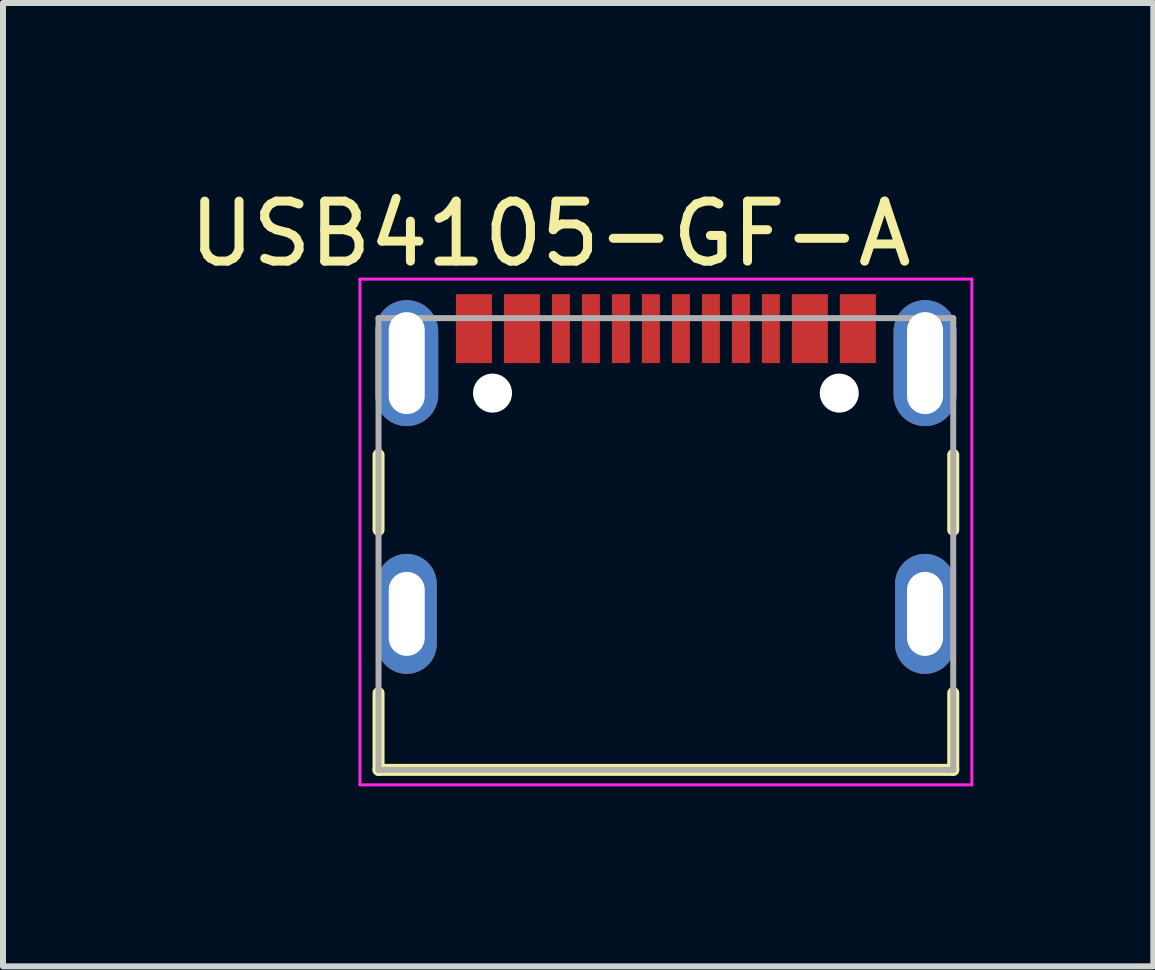
<source format=kicad_pcb>
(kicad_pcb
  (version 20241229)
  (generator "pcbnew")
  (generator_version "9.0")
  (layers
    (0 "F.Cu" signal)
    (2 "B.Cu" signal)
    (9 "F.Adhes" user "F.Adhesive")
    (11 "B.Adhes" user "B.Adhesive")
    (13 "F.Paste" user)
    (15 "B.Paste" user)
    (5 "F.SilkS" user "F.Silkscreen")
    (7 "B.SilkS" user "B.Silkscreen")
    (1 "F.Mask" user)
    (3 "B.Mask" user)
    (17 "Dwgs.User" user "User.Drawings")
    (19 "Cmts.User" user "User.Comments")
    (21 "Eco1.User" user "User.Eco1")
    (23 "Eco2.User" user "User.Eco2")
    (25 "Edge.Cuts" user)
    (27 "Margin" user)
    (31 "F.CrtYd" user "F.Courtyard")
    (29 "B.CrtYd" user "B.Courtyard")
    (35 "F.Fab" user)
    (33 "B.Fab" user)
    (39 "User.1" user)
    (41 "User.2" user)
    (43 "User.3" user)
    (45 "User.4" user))
  (footprint "USB4105-GF-A"
    (layer "F.Cu")
    (at 8.05 7.183)
    (property "Reference" "USB4105-GF-A" (at -1.925 -6.335 0) (layer "F.SilkS") (effects (font (size 1 1) (thickness 0.15))))
    (attr through_hole)
    (fp_line (start -4.79 -2.65) (end -4.79 -1.4) (stroke (width 0.2) (type solid)) (layer "F.SilkS"))
    (fp_line (start -4.79 1.32) (end -4.79 2.6) (stroke (width 0.2) (type solid)) (layer "F.SilkS"))
    (fp_line (start -4.79 2.6) (end 4.79 2.6) (stroke (width 0.2) (type solid)) (layer "F.SilkS"))
    (fp_line (start 4.79 -2.65) (end 4.79 -1.4) (stroke (width 0.2) (type solid)) (layer "F.SilkS"))
    (fp_line (start 4.79 2.6) (end 4.79 1.32) (stroke (width 0.2) (type solid)) (layer "F.SilkS"))
    (fp_line (start -5.1 -5.58) (end -5.1 2.85) (stroke (width 0.05) (type solid)) (layer "F.CrtYd"))
    (fp_line (start -5.1 2.85) (end 5.1 2.85) (stroke (width 0.05) (type solid)) (layer "F.CrtYd"))
    (fp_line (start 5.1 -5.58) (end -5.1 -5.58) (stroke (width 0.05) (type solid)) (layer "F.CrtYd"))
    (fp_line (start 5.1 2.85) (end 5.1 -5.58) (stroke (width 0.05) (type solid)) (layer "F.CrtYd"))
    (fp_line (start -4.79 -4.93) (end 4.79 -4.93) (stroke (width 0.1) (type solid)) (layer "F.Fab"))
    (fp_line (start -4.79 2.6) (end -4.79 -4.93) (stroke (width 0.1) (type solid)) (layer "F.Fab"))
    (fp_line (start 4.79 -4.93) (end 4.79 2.6) (stroke (width 0.1) (type solid)) (layer "F.Fab"))
    (fp_line (start 4.79 2.6) (end -4.79 2.6) (stroke (width 0.1) (type solid)) (layer "F.Fab"))
    (pad "" np_thru_hole circle (at -2.89 -3.68) (size 0.65 0.65) (drill 0.65) (layers "*.Cu" "*.Mask"))
    (pad "" np_thru_hole circle (at 2.89 -3.68) (size 0.65 0.65) (drill 0.65) (layers "*.Cu" "*.Mask"))
    (pad "A1/B12" smd rect (at -3.2 -4.755) (size 0.6 1.15) (layers "F.Cu" "F.Mask" "F.Paste"))
    (pad "A4/B9" smd rect (at -2.4 -4.755) (size 0.6 1.15) (layers "F.Cu" "F.Mask" "F.Paste"))
    (pad "A5" smd rect (at -1.25 -4.755) (size 0.3 1.15) (layers "F.Cu" "F.Mask" "F.Paste"))
    (pad "A6" smd rect (at -0.25 -4.755) (size 0.3 1.15) (layers "F.Cu" "F.Mask" "F.Paste"))
    (pad "A7" smd rect (at 0.25 -4.755) (size 0.3 1.15) (layers "F.Cu" "F.Mask" "F.Paste"))
    (pad "A8" smd rect (at 1.25 -4.755) (size 0.3 1.15) (layers "F.Cu" "F.Mask" "F.Paste"))
    (pad "B1/A12" smd rect (at 3.2 -4.755) (size 0.6 1.15) (layers "F.Cu" "F.Mask" "F.Paste"))
    (pad "B4/A9" smd rect (at 2.4 -4.755) (size 0.6 1.15) (layers "F.Cu" "F.Mask" "F.Paste"))
    (pad "B5" smd rect (at 1.75 -4.755) (size 0.3 1.15) (layers "F.Cu" "F.Mask" "F.Paste"))
    (pad "B6" smd rect (at 0.75 -4.755) (size 0.3 1.15) (layers "F.Cu" "F.Mask" "F.Paste"))
    (pad "B7" smd rect (at -0.75 -4.755) (size 0.3 1.15) (layers "F.Cu" "F.Mask" "F.Paste"))
    (pad "B8" smd rect (at -1.75 -4.755) (size 0.3 1.15) (layers "F.Cu" "F.Mask" "F.Paste"))
    (pad "S1" thru_hole oval (at -4.32 0) (size 1 2) (drill oval 0.6 1.4) (layers "*.Cu" "*.Mask"))
    (pad "S2" thru_hole oval (at 4.32 0) (size 1 2) (drill oval 0.6 1.4) (layers "*.Cu" "*.Mask"))
    (pad "S3" thru_hole oval (at -4.32 -4.18) (size 1.05 2.1) (drill oval 0.6 1.7) (layers "*.Cu" "*.Mask"))
    (pad "S4" thru_hole oval (at 4.32 -4.18) (size 1.05 2.1) (drill oval 0.6 1.7) (layers "*.Cu" "*.Mask")))
  (gr_rect
    (start -3 -3)
    (end 16.175 13.058)
    (stroke (width 0.1) (type default))
    (fill no)
    (layer "Edge.Cuts")))
</source>
